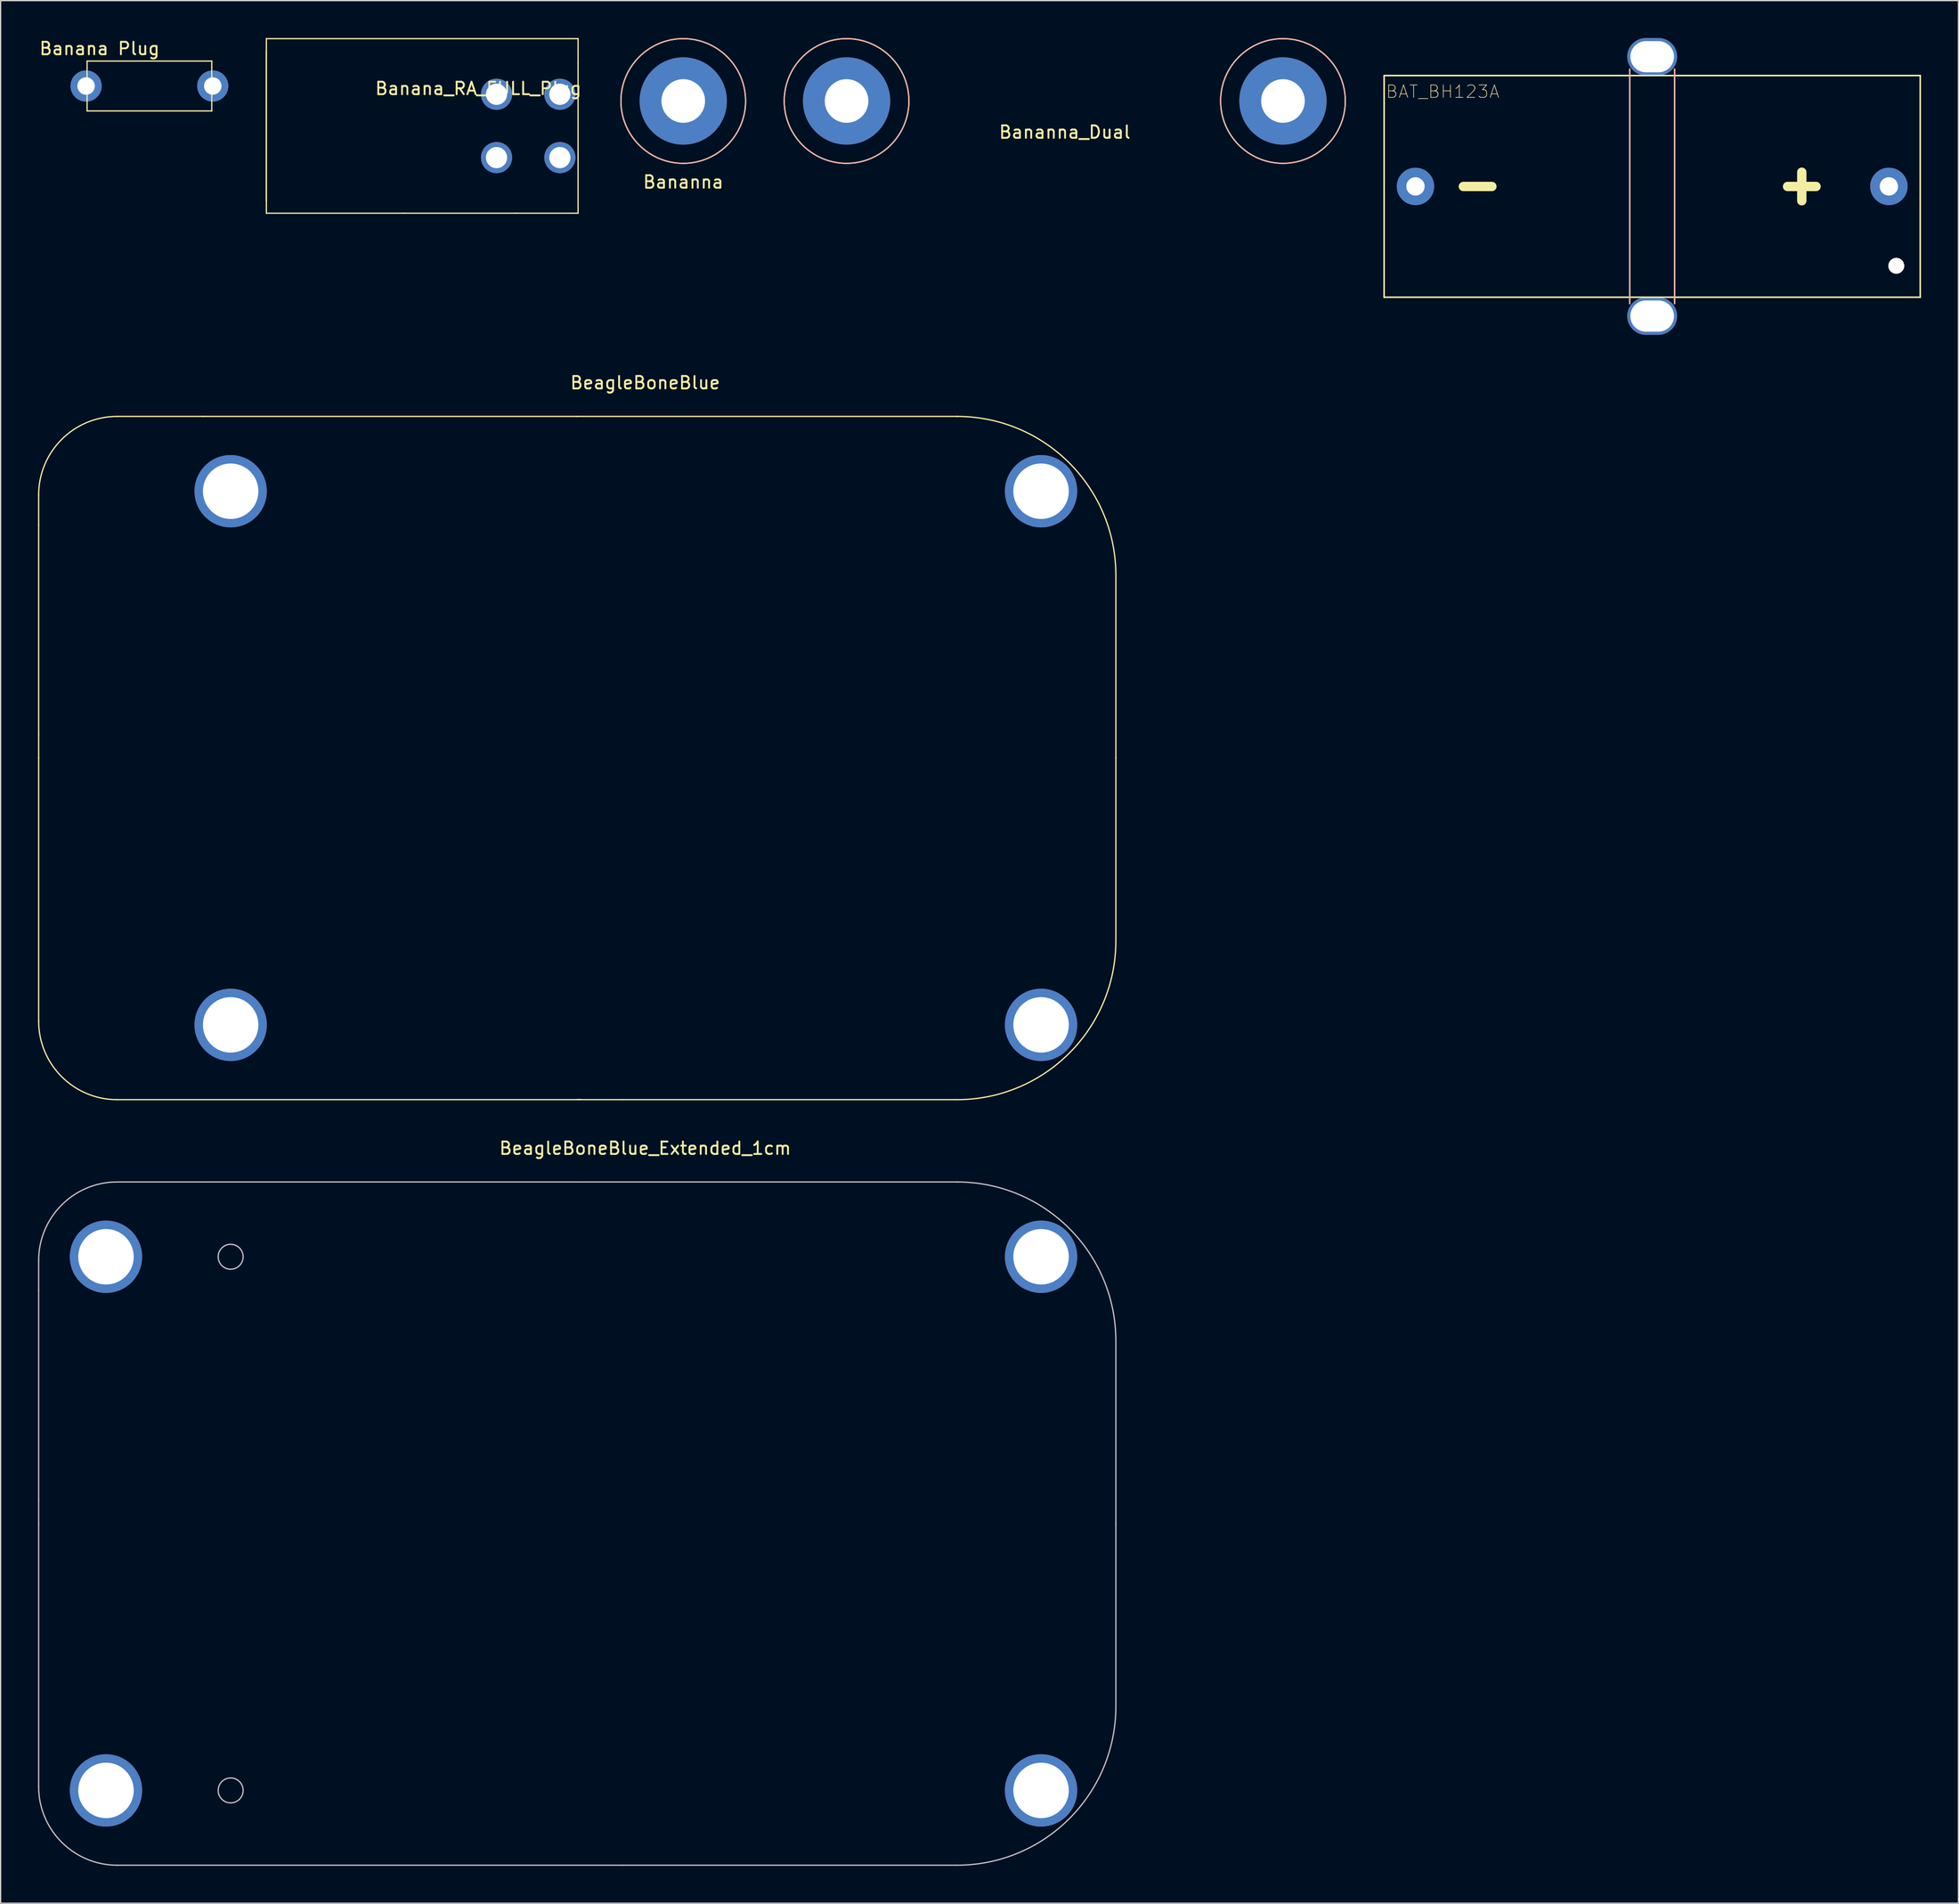
<source format=kicad_pcb>
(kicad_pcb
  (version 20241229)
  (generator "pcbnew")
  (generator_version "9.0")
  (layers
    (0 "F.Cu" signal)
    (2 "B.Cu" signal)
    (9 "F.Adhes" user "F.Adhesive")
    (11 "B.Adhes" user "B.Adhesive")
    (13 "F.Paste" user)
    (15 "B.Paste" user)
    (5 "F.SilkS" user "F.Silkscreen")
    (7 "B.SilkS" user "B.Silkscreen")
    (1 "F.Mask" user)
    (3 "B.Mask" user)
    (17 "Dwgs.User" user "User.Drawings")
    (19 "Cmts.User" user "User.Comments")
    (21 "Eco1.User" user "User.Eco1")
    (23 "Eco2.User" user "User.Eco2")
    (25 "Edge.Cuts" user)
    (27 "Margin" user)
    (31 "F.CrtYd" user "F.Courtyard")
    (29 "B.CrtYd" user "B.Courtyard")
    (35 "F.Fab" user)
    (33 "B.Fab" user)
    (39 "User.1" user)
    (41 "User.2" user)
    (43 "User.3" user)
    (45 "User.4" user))
  (footprint "BeagleBoneBlue"
    (layer "F.Cu")
    (at 43.25 57.748)
    (property "Reference" "BeagleBoneBlue" (at 5.45 -30.1 0) (layer "F.SilkS") (effects (font (size 1 1) (thickness 0.15))))
    (attr through_hole)
    (fp_line (start -43.2 -18.7) (end -43.2 -21.1) (stroke (width 0.1) (type solid)) (layer "F.SilkS"))
    (fp_line (start -43.2 -1.9) (end -43.2 -18.7) (stroke (width 0.1) (type solid)) (layer "F.SilkS"))
    (fp_line (start -43.2 0) (end -43.2 -1.9) (stroke (width 0.1) (type solid)) (layer "F.SilkS"))
    (fp_line (start -43.2 21.1) (end -43.2 0) (stroke (width 0.1) (type solid)) (layer "F.SilkS"))
    (fp_line (start -36.9 -27.4) (end -30 -27.4) (stroke (width 0.1) (type solid)) (layer "F.SilkS"))
    (fp_line (start -36.9 27.4) (end 3.6 27.4) (stroke (width 0.1) (type solid)) (layer "F.SilkS"))
    (fp_line (start 0 -27.4) (end -30 -27.4) (stroke (width 0.1) (type solid)) (layer "F.SilkS"))
    (fp_line (start 0 -27.4) (end 30.5 -27.4) (stroke (width 0.1) (type solid)) (layer "F.SilkS"))
    (fp_line (start 0 27.4) (end 0.3 27.4) (stroke (width 0.1) (type solid)) (layer "F.SilkS"))
    (fp_line (start 30.45 27.4) (end 3.6 27.4) (stroke (width 0.1) (type solid)) (layer "F.SilkS"))
    (fp_line (start 43.2 -12.2) (end 43.2 -14.65) (stroke (width 0.1) (type solid)) (layer "F.SilkS"))
    (fp_line (start 43.2 -12.2) (end 43.2 -2.8) (stroke (width 0.1) (type solid)) (layer "F.SilkS"))
    (fp_line (start 43.2 0) (end 43.2 -2.8) (stroke (width 0.1) (type solid)) (layer "F.SilkS"))
    (fp_line (start 43.2 14.65) (end 43.2 -0.05) (stroke (width 0.1) (type solid)) (layer "F.SilkS"))
    (fp_arc (start -43.2 -21.1) (mid -41.354773 -25.554773) (end -36.9 -27.4) (stroke (width 0.1) (type solid)) (layer "F.SilkS"))
    (fp_arc (start -36.9 27.4) (mid -41.354773 25.554773) (end -43.2 21.1) (stroke (width 0.1) (type solid)) (layer "F.SilkS"))
    (fp_arc (start 30.45 -27.4) (mid 39.465611 -23.665611) (end 43.2 -14.65) (stroke (width 0.1) (type solid)) (layer "F.SilkS"))
    (fp_arc (start 43.2 14.65) (mid 39.465611 23.665611) (end 30.45 27.4) (stroke (width 0.1) (type solid)) (layer "F.SilkS"))
    (pad "" np_thru_hole circle (at -27.8 -21.4) (size 5.8 5.8) (drill 4.45) (layers "*.Cu" "*.Mask"))
    (pad "" np_thru_hole circle (at -27.8 21.4) (size 5.8 5.8) (drill 4.45) (layers "*.Cu" "*.Mask"))
    (pad "" np_thru_hole circle (at 37.2 -21.4) (size 5.8 5.8) (drill 4.45) (layers "*.Cu" "*.Mask"))
    (pad "" np_thru_hole circle (at 37.2 21.4) (size 5.8 5.8) (drill 4.45) (layers "*.Cu" "*.Mask")))
  (footprint "Banana Plug"
    (layer "F.Cu")
    (at 8.935 3.848)
    (property "Reference" "Banana Plug" (at -4 -3 0) (layer "F.SilkS") (effects (font (size 1 1) (thickness 0.15))))
    (attr through_hole)
    (fp_line (start -5 -2) (end 5 -2) (stroke (width 0.1) (type solid)) (layer "F.SilkS"))
    (fp_line (start -5 2) (end -5 -2) (stroke (width 0.1) (type solid)) (layer "F.SilkS"))
    (fp_line (start 5 -2) (end 5 0) (stroke (width 0.1) (type solid)) (layer "F.SilkS"))
    (fp_line (start 5 0) (end 5 2) (stroke (width 0.1) (type solid)) (layer "F.SilkS"))
    (fp_line (start 5 2) (end -5 2) (stroke (width 0.1) (type solid)) (layer "F.SilkS"))
    (pad "1" thru_hole circle (at 5.08 0) (size 2.5 2.5) (drill 1.4) (layers "*.Cu" "*.Mask"))
    (pad "2" thru_hole circle (at -5.08 0) (size 2.5 2.5) (drill 1.4) (layers "*.Cu" "*.Mask")))
  (footprint "Bananna_Dual"
    (layer "F.Cu")
    (at 64.851 5.05)
    (property "Reference" "Bananna_Dual" (at 17.5 2.5 0) (layer "F.SilkS") (effects (font (size 1 1) (thickness 0.15))))
    (attr through_hole)
    (fp_circle (center 0 0) (end 5 0) (stroke (width 0.1) (type solid)) (fill no) (layer "F.SilkS"))
    (fp_circle (center 35 0) (end 40 0) (stroke (width 0.1) (type solid)) (fill no) (layer "F.SilkS"))
    (fp_circle (center 0 0) (end 5 0) (stroke (width 0.1) (type solid)) (fill no) (layer "B.SilkS"))
    (fp_circle (center 35 0) (end 40 0) (stroke (width 0.1) (type solid)) (fill no) (layer "B.SilkS"))
    (pad "1" thru_hole circle (at 0 0) (size 7 7) (drill 3.5) (layers "*.Cu" "*.Mask"))
    (pad "2" thru_hole circle (at 35 0) (size 7 7) (drill 3.5) (layers "*.Cu" "*.Mask")))
  (footprint "BeagleBoneBlue_Extended_1cm"
    (layer "F.Cu")
    (at 43.25 119.147)
    (property "Reference" "BeagleBoneBlue_Extended_1cm" (at 5.45 -30.1 0) (layer "F.SilkS") (effects (font (size 1 1) (thickness 0.15))))
    (attr through_hole)
    (fp_line (start -43.2 -18.7) (end -43.2 -21.1) (stroke (width 0.1) (type solid)) (layer "Dwgs.User"))
    (fp_line (start -43.2 -1.9) (end -43.2 -18.7) (stroke (width 0.1) (type solid)) (layer "Dwgs.User"))
    (fp_line (start -43.2 0) (end -43.2 -1.9) (stroke (width 0.1) (type solid)) (layer "Dwgs.User"))
    (fp_line (start -43.2 21.1) (end -43.2 0) (stroke (width 0.1) (type solid)) (layer "Dwgs.User"))
    (fp_line (start -36.9 -27.4) (end -30 -27.4) (stroke (width 0.1) (type solid)) (layer "Dwgs.User"))
    (fp_line (start -36.9 27.4) (end 3.6 27.4) (stroke (width 0.1) (type solid)) (layer "Dwgs.User"))
    (fp_line (start 0 -27.4) (end -30 -27.4) (stroke (width 0.1) (type solid)) (layer "Dwgs.User"))
    (fp_line (start 0 -27.4) (end 30.5 -27.4) (stroke (width 0.1) (type solid)) (layer "Dwgs.User"))
    (fp_line (start 30.45 27.4) (end 3.6 27.4) (stroke (width 0.1) (type solid)) (layer "Dwgs.User"))
    (fp_line (start 43.2 -12.2) (end 43.2 -14.65) (stroke (width 0.1) (type solid)) (layer "Dwgs.User"))
    (fp_line (start 43.2 -12.2) (end 43.2 -2.8) (stroke (width 0.1) (type solid)) (layer "Dwgs.User"))
    (fp_line (start 43.2 0) (end 43.2 -2.8) (stroke (width 0.1) (type solid)) (layer "Dwgs.User"))
    (fp_line (start 43.2 14.65) (end 43.2 -0.05) (stroke (width 0.1) (type solid)) (layer "Dwgs.User"))
    (fp_arc (start -43.2 -21.1) (mid -41.354773 -25.554773) (end -36.9 -27.4) (stroke (width 0.1) (type solid)) (layer "Dwgs.User"))
    (fp_arc (start -36.9 27.4) (mid -41.354773 25.554773) (end -43.2 21.1) (stroke (width 0.1) (type solid)) (layer "Dwgs.User"))
    (fp_arc (start 30.45 -27.4) (mid 39.465611 -23.665611) (end 43.2 -14.65) (stroke (width 0.1) (type solid)) (layer "Dwgs.User"))
    (fp_arc (start 43.2 14.65) (mid 39.465611 23.665611) (end 30.45 27.4) (stroke (width 0.1) (type solid)) (layer "Dwgs.User"))
    (fp_circle (center -27.8 -21.4) (end -26.8 -21.4) (stroke (width 0.1) (type solid)) (fill no) (layer "Dwgs.User"))
    (fp_circle (center -27.8 21.4) (end -26.8 21.4) (stroke (width 0.1) (type solid)) (fill no) (layer "Dwgs.User"))
    (pad "" np_thru_hole circle (at -37.8 -21.4) (size 5.8 5.8) (drill 4.45) (layers "*.Cu" "*.Mask"))
    (pad "" np_thru_hole circle (at -37.8 21.4) (size 5.8 5.8) (drill 4.45) (layers "*.Cu" "*.Mask"))
    (pad "" np_thru_hole circle (at 37.2 -21.4) (size 5.8 5.8) (drill 4.45) (layers "*.Cu" "*.Mask"))
    (pad "" np_thru_hole circle (at 37.2 21.4) (size 5.8 5.8) (drill 4.45) (layers "*.Cu" "*.Mask")))
  (footprint "Bananna"
    (layer "F.Cu")
    (at 51.751 5.05)
    (property "Reference" "Bananna" (at 0 6.5 0) (layer "F.SilkS") (effects (font (size 1 1) (thickness 0.15))))
    (attr through_hole)
    (fp_circle (center 0 0) (end 5 0) (stroke (width 0.1) (type solid)) (fill no) (layer "F.SilkS"))
    (fp_circle (center 0 0) (end 5 0) (stroke (width 0.1) (type solid)) (fill no) (layer "B.SilkS"))
    (pad "1" thru_hole circle (at 0 0) (size 7 7) (drill 3.5) (layers "*.Cu" "*.Mask")))
  (footprint "BAT_BH123A"
    (layer "F.Cu")
    (at 129.465 11.9)
    (property "Reference" "BAT_BH123A" (at -16.8 -7.6 0) (layer "F.SilkS") (effects (font (size 1 1) (thickness 0.05))))
    (attr through_hole)
    (fp_line (start -21.5 -8.89) (end 21.5 -8.89) (stroke (width 0.127) (type solid)) (layer "F.SilkS"))
    (fp_line (start -21.5 8.89) (end -21.5 -8.89) (stroke (width 0.127) (type solid)) (layer "F.SilkS"))
    (fp_line (start 21.5 -8.89) (end 21.5 8.89) (stroke (width 0.127) (type solid)) (layer "F.SilkS"))
    (fp_line (start 21.5 8.89) (end -21.5 8.89) (stroke (width 0.127) (type solid)) (layer "F.SilkS"))
    (fp_line (start -1.8 -9.4) (end -1.8 9.4) (stroke (width 0.127) (type solid)) (layer "B.SilkS"))
    (fp_line (start 1.8 9.4) (end 1.8 -9.4) (stroke (width 0.127) (type solid)) (layer "B.SilkS"))
    (fp_line (start -21.5 -8.89) (end 21.5 -8.89) (stroke (width 0.127) (type solid)) (layer "Eco2.User"))
    (fp_line (start -21.5 8.89) (end -21.5 -8.89) (stroke (width 0.127) (type solid)) (layer "Eco2.User"))
    (fp_line (start 21.5 -8.89) (end 21.5 8.89) (stroke (width 0.127) (type solid)) (layer "Eco2.User"))
    (fp_line (start 21.5 8.89) (end -21.5 8.89) (stroke (width 0.127) (type solid)) (layer "Eco2.User"))
    (fp_text user "+" (at 12 -0.2 0) (layer "F.SilkS") (effects (font (size 3 3) (thickness 0.75))))
    (fp_text user "-" (at -14 -0.2 0) (layer "F.SilkS") (effects (font (size 3 3) (thickness 0.75))))
    (pad "" thru_hole oval (at 0 -10.4) (size 4 3) (drill oval 3.5 2.5) (layers "*.Cu" "*.Mask"))
    (pad "" thru_hole oval (at 0 10.4) (size 4 3) (drill oval 3.5 2.5) (layers "*.Cu" "*.Mask"))
    (pad "" np_thru_hole circle (at 19.58 6.37) (size 1.27 1.27) (drill 1.27) (layers "*.Cu" "*.Mask" "F.SilkS"))
    (pad "1" thru_hole circle (at 18.985 0) (size 3 3) (drill 1.47) (layers "*.Cu" "*.Mask"))
    (pad "2" thru_hole circle (at -18.985 0) (size 3 3) (drill 1.47) (layers "*.Cu" "*.Mask")))
  (footprint "Banana_RA_FULL_Plug"
    (layer "F.Cu")
    (at 39.315 7.05)
    (property "Reference" "Banana_RA_FULL_Plug" (at -4 -3 0) (layer "F.SilkS") (effects (font (size 1 1) (thickness 0.15))))
    (attr through_hole)
    (fp_line (start -21 -6) (end -21 6) (stroke (width 0.1) (type solid)) (layer "F.SilkS"))
    (fp_line (start -21 6) (end -21 -7) (stroke (width 0.1) (type solid)) (layer "F.SilkS"))
    (fp_line (start -21 7) (end -21 6) (stroke (width 0.1) (type solid)) (layer "F.SilkS"))
    (fp_line (start -10 7) (end -21 7) (stroke (width 0.1) (type solid)) (layer "F.SilkS"))
    (fp_line (start -1 7) (end -10 7) (stroke (width 0.1) (type solid)) (layer "F.SilkS"))
    (fp_line (start -1 7) (end 4 7) (stroke (width 0.1) (type solid)) (layer "F.SilkS"))
    (fp_line (start 4 -7) (end -21 -7) (stroke (width 0.1) (type solid)) (layer "F.SilkS"))
    (fp_line (start 4 -5) (end 4 -7) (stroke (width 0.1) (type solid)) (layer "F.SilkS"))
    (fp_line (start 4 7) (end 4 -5) (stroke (width 0.1) (type solid)) (layer "F.SilkS"))
    (pad "1" thru_hole circle (at -2.54 -2.54) (size 2.5 2.5) (drill 1.7) (layers "*.Cu" "*.Mask"))
    (pad "1" thru_hole circle (at -2.54 2.54) (size 2.5 2.5) (drill 1.7) (layers "*.Cu" "*.Mask"))
    (pad "1" thru_hole circle (at 2.54 -2.54) (size 2.5 2.5) (drill 1.7) (layers "*.Cu" "*.Mask"))
    (pad "1" thru_hole circle (at 2.54 2.54) (size 2.5 2.5) (drill 1.7) (layers "*.Cu" "*.Mask")))
  (gr_rect
    (start -3 -3)
    (end 154.028 149.596)
    (stroke (width 0.1) (type default))
    (fill no)
    (layer "Edge.Cuts")))
</source>
